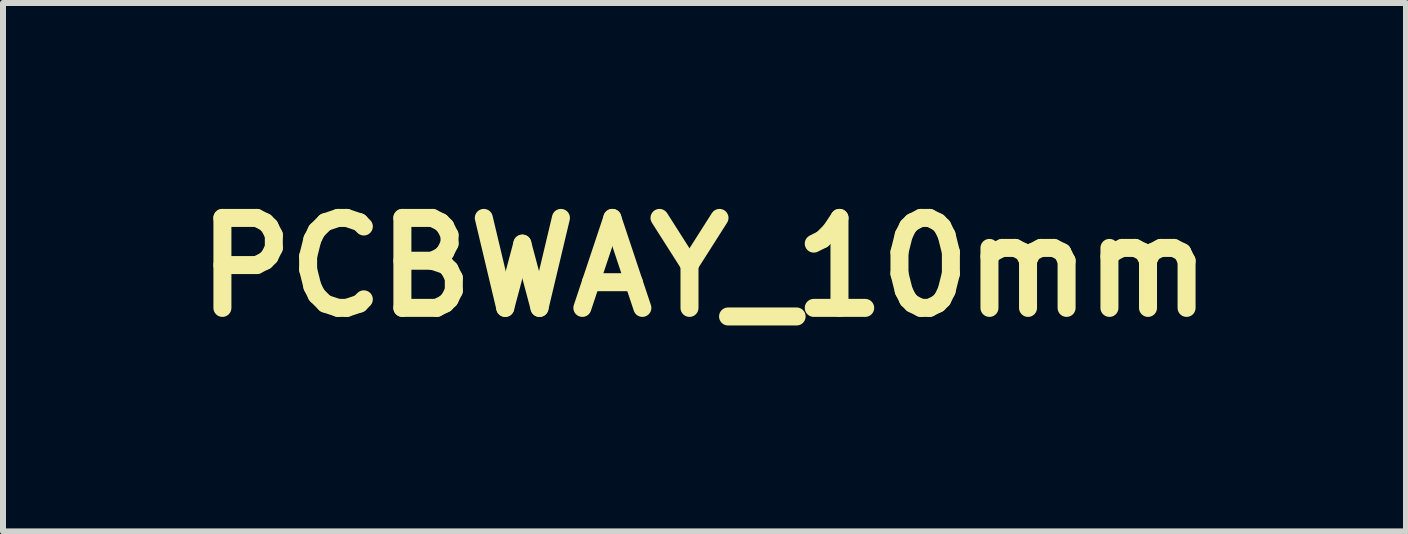
<source format=kicad_pcb>
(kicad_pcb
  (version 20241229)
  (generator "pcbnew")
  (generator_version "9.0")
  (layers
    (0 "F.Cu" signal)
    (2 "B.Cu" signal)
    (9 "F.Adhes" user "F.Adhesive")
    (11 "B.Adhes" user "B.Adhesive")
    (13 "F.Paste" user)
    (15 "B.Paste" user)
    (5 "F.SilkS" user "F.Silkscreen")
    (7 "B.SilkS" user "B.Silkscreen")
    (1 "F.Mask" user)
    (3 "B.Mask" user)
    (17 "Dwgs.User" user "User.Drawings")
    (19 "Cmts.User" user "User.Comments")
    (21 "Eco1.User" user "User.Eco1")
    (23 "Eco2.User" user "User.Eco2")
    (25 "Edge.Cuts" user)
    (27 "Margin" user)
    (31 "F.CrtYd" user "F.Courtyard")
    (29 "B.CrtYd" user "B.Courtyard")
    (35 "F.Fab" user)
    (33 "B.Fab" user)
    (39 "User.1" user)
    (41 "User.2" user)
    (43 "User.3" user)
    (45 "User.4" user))
  (footprint "PCBWAY_10mm"
    (layer "F.Cu")
    (at 8.693 1.404)
    (property "Reference" "PCBWAY_10mm" (at 0 0 0) (layer "F.SilkS") (effects (font (size 1.5 1.5) (thickness 0.3))))
    (attr board_only exclude_from_pos_files exclude_from_bom)
    (fp_poly (pts (xy -3.879 -1.163) (xy -3.74 -1.161) (xy -3.63 -1.159) (xy -3.545 -1.156) (xy -3.481 -1.152) (xy -3.433 -1.147) (xy -3.398 -1.141) (xy -3.371 -1.133) (xy -3.359 -1.128) (xy -3.265 -1.075) (xy -3.194 -1.008) (xy -3.137 -0.918) (xy -3.135 -0.914) (xy -3.108 -0.856) (xy -3.093 -0.807) (xy -3.085 -0.752) (xy -3.083 -0.679) (xy -3.083 -0.673) (xy -3.094 -0.538) (xy -3.126 -0.427) (xy -3.183 -0.335) (xy -3.265 -0.261) (xy -3.345 -0.214) (xy -3.387 -0.194) (xy -3.424 -0.179) (xy -3.462 -0.169) (xy -3.508 -0.162) (xy -3.569 -0.157) (xy -3.652 -0.153) (xy -3.72 -0.151) (xy -3.986 -0.142) (xy -3.989 0.158) (xy -3.992 0.458) (xy -4.15 0.463) (xy -4.22 0.465) (xy -4.277 0.463) (xy -4.313 0.459) (xy -4.321 0.457) (xy -4.324 0.438) (xy -4.326 0.389) (xy -4.328 0.314) (xy -4.33 0.215) (xy -4.331 0.096) (xy -4.332 -0.041) (xy -4.333 -0.19) (xy -4.333 -0.351) (xy -4.333 -0.363) (xy -4.333 -0.883) (xy -3.983 -0.883) (xy -3.983 -0.656) (xy -3.983 -0.429) (xy -3.796 -0.437) (xy -3.686 -0.443) (xy -3.606 -0.455) (xy -3.553 -0.471) (xy -3.549 -0.472) (xy -3.486 -0.518) (xy -3.447 -0.58) (xy -3.431 -0.649) (xy -3.439 -0.72) (xy -3.469 -0.785) (xy -3.522 -0.836) (xy -3.58 -0.864) (xy -3.625 -0.872) (xy -3.693 -0.879) (xy -3.772 -0.883) (xy -3.814 -0.883) (xy -3.983 -0.883) (xy -4.333 -0.883) (xy -4.333 -1.169)) (stroke (width 0) (type solid)) (fill yes) (layer "F.Mask"))
    (fp_poly (pts (xy -2.126 -1.146) (xy -2.032 -1.135) (xy -1.986 -1.126) (xy -1.831 -1.069) (xy -1.694 -0.987) (xy -1.629 -0.932) (xy -1.542 -0.85) (xy -1.642 -0.758) (xy -1.69 -0.716) (xy -1.729 -0.684) (xy -1.753 -0.668) (xy -1.756 -0.667) (xy -1.776 -0.677) (xy -1.811 -0.703) (xy -1.83 -0.719) (xy -1.88 -0.756) (xy -1.944 -0.795) (xy -1.983 -0.815) (xy -2.077 -0.846) (xy -2.185 -0.86) (xy -2.294 -0.858) (xy -2.392 -0.838) (xy -2.434 -0.821) (xy -2.513 -0.771) (xy -2.588 -0.705) (xy -2.649 -0.631) (xy -2.689 -0.56) (xy -2.691 -0.553) (xy -2.71 -0.467) (xy -2.716 -0.366) (xy -2.709 -0.264) (xy -2.691 -0.18) (xy -2.64 -0.078) (xy -2.565 0.006) (xy -2.473 0.069) (xy -2.367 0.111) (xy -2.252 0.13) (xy -2.134 0.126) (xy -2.018 0.098) (xy -1.908 0.044) (xy -1.859 0.008) (xy -1.812 -0.029) (xy -1.774 -0.056) (xy -1.754 -0.067) (xy -1.754 -0.067) (xy -1.737 -0.056) (xy -1.703 -0.026) (xy -1.659 0.016) (xy -1.65 0.025) (xy -1.605 0.073) (xy -1.58 0.108) (xy -1.576 0.138) (xy -1.596 0.17) (xy -1.64 0.209) (xy -1.696 0.253) (xy -1.787 0.316) (xy -1.875 0.36) (xy -1.97 0.389) (xy -2.079 0.405) (xy -2.183 0.41) (xy -2.311 0.41) (xy -2.408 0.402) (xy -2.455 0.393) (xy -2.603 0.334) (xy -2.733 0.251) (xy -2.843 0.145) (xy -2.928 0.021) (xy -2.987 -0.118) (xy -3 -0.168) (xy -3.015 -0.286) (xy -3.014 -0.416) (xy -2.998 -0.547) (xy -2.968 -0.664) (xy -2.958 -0.691) (xy -2.894 -0.807) (xy -2.803 -0.914) (xy -2.691 -1.006) (xy -2.566 -1.079) (xy -2.433 -1.128) (xy -2.417 -1.132) (xy -2.333 -1.144) (xy -2.232 -1.149)) (stroke (width 0) (type solid)) (fill yes) (layer "F.Mask"))
    (fp_poly (pts (xy 2.689 -0.817) (xy 2.827 -0.797) (xy 2.936 -0.766) (xy 3.021 -0.722) (xy 3.086 -0.665) (xy 3.135 -0.59) (xy 3.137 -0.586) (xy 3.148 -0.563) (xy 3.156 -0.539) (xy 3.163 -0.512) (xy 3.168 -0.477) (xy 3.171 -0.43) (xy 3.173 -0.366) (xy 3.174 -0.281) (xy 3.175 -0.172) (xy 3.175 -0.034) (xy 3.175 -0.025) (xy 3.175 0.458) (xy 2.979 0.463) (xy 2.783 0.468) (xy 2.783 0.409) (xy 2.781 0.37) (xy 2.775 0.351) (xy 2.774 0.35) (xy 2.756 0.359) (xy 2.723 0.382) (xy 2.71 0.391) (xy 2.634 0.44) (xy 2.554 0.469) (xy 2.458 0.482) (xy 2.405 0.483) (xy 2.324 0.48) (xy 2.264 0.47) (xy 2.212 0.451) (xy 2.202 0.446) (xy 2.119 0.386) (xy 2.056 0.305) (xy 2.017 0.211) (xy 2 0.11) (xy 2.005 0.053) (xy 2.403 0.053) (xy 2.406 0.103) (xy 2.431 0.157) (xy 2.479 0.193) (xy 2.543 0.21) (xy 2.616 0.208) (xy 2.693 0.184) (xy 2.727 0.165) (xy 2.756 0.146) (xy 2.772 0.127) (xy 2.781 0.1) (xy 2.783 0.054) (xy 2.783 0.005) (xy 2.783 -0.121) (xy 2.671 -0.109) (xy 2.559 -0.089) (xy 2.477 -0.056) (xy 2.425 -0.008) (xy 2.403 0.053) (xy 2.005 0.053) (xy 2.008 0.007) (xy 2.042 -0.09) (xy 2.097 -0.17) (xy 2.158 -0.224) (xy 2.235 -0.268) (xy 2.333 -0.304) (xy 2.455 -0.331) (xy 2.605 -0.352) (xy 2.663 -0.358) (xy 2.721 -0.366) (xy 2.764 -0.376) (xy 2.783 -0.385) (xy 2.783 -0.387) (xy 2.77 -0.427) (xy 2.738 -0.471) (xy 2.696 -0.506) (xy 2.673 -0.517) (xy 2.582 -0.535) (xy 2.474 -0.535) (xy 2.359 -0.519) (xy 2.262 -0.494) (xy 2.2 -0.473) (xy 2.15 -0.458) (xy 2.12 -0.45) (xy 2.116 -0.45) (xy 2.109 -0.466) (xy 2.103 -0.509) (xy 2.1 -0.573) (xy 2.1 -0.607) (xy 2.1 -0.764) (xy 2.188 -0.782) (xy 2.373 -0.813) (xy 2.541 -0.824)) (stroke (width 0) (type solid)) (fill yes) (layer "F.Mask"))
    (fp_poly (pts (xy -1.051 -1.184) (xy -0.907 -1.183) (xy -0.792 -1.181) (xy -0.702 -1.177) (xy -0.634 -1.173) (xy -0.582 -1.166) (xy -0.543 -1.158) (xy -0.539 -1.157) (xy -0.432 -1.112) (xy -0.352 -1.048) (xy -0.298 -0.964) (xy -0.271 -0.86) (xy -0.268 -0.807) (xy -0.278 -0.703) (xy -0.311 -0.61) (xy -0.362 -0.534) (xy -0.425 -0.483) (xy -0.458 -0.46) (xy -0.465 -0.442) (xy -0.443 -0.433) (xy -0.439 -0.433) (xy -0.41 -0.425) (xy -0.366 -0.403) (xy -0.328 -0.38) (xy -0.27 -0.336) (xy -0.229 -0.288) (xy -0.203 -0.227) (xy -0.189 -0.149) (xy -0.184 -0.045) (xy -0.184 -0.024) (xy -0.184 0.054) (xy -0.187 0.108) (xy -0.195 0.147) (xy -0.209 0.181) (xy -0.231 0.218) (xy -0.232 0.221) (xy -0.295 0.297) (xy -0.38 0.361) (xy -0.491 0.416) (xy -0.502 0.42) (xy -0.532 0.431) (xy -0.563 0.44) (xy -0.6 0.446) (xy -0.647 0.451) (xy -0.709 0.455) (xy -0.791 0.458) (xy -0.897 0.461) (xy -1.032 0.463) (xy -1.038 0.463) (xy -1.484 0.47) (xy -1.48 -0.25) (xy -1.067 -0.25) (xy -1.067 -0.048) (xy -1.067 0.154) (xy -0.904 0.147) (xy -0.797 0.139) (xy -0.722 0.124) (xy -0.688 0.111) (xy -0.635 0.072) (xy -0.606 0.02) (xy -0.597 -0.054) (xy -0.597 -0.064) (xy -0.608 -0.131) (xy -0.638 -0.181) (xy -0.691 -0.217) (xy -0.768 -0.239) (xy -0.874 -0.249) (xy -0.929 -0.25) (xy -1.067 -0.25) (xy -1.48 -0.25) (xy -1.479 -0.358) (xy -1.478 -0.639) (xy -1.065 -0.639) (xy -1.064 -0.592) (xy -1.06 -0.565) (xy -1.05 -0.553) (xy -1.035 -0.548) (xy -1.03 -0.547) (xy -0.982 -0.545) (xy -0.917 -0.547) (xy -0.851 -0.552) (xy -0.805 -0.559) (xy -0.753 -0.585) (xy -0.717 -0.633) (xy -0.699 -0.692) (xy -0.702 -0.755) (xy -0.728 -0.811) (xy -0.74 -0.824) (xy -0.793 -0.857) (xy -0.87 -0.877) (xy -0.963 -0.882) (xy -0.992 -0.88) (xy -1.058 -0.875) (xy -1.063 -0.714) (xy -1.065 -0.639) (xy -1.478 -0.639) (xy -1.475 -1.186)) (stroke (width 0) (type solid)) (fill yes) (layer "F.Mask"))
    (fp_poly (pts (xy 1.233 -0.98) (xy 1.257 -0.877) (xy 1.286 -0.755) (xy 1.315 -0.631) (xy 1.342 -0.517) (xy 1.344 -0.508) (xy 1.373 -0.387) (xy 1.395 -0.294) (xy 1.411 -0.227) (xy 1.423 -0.181) (xy 1.431 -0.153) (xy 1.437 -0.139) (xy 1.44 -0.135) (xy 1.441 -0.136) (xy 1.446 -0.153) (xy 1.456 -0.198) (xy 1.472 -0.268) (xy 1.492 -0.357) (xy 1.515 -0.462) (xy 1.54 -0.575) (xy 1.566 -0.696) (xy 1.591 -0.811) (xy 1.614 -0.915) (xy 1.633 -1.002) (xy 1.647 -1.067) (xy 1.655 -1.1) (xy 1.676 -1.192) (xy 1.874 -1.196) (xy 1.953 -1.197) (xy 2.019 -1.195) (xy 2.066 -1.192) (xy 2.087 -1.186) (xy 2.09 -1.164) (xy 2.084 -1.117) (xy 2.07 -1.054) (xy 2.068 -1.048) (xy 2.057 -1.004) (xy 2.038 -0.932) (xy 2.014 -0.837) (xy 1.985 -0.722) (xy 1.952 -0.593) (xy 1.916 -0.454) (xy 1.879 -0.309) (xy 1.875 -0.292) (xy 1.839 -0.149) (xy 1.805 -0.015) (xy 1.774 0.108) (xy 1.747 0.215) (xy 1.724 0.302) (xy 1.708 0.365) (xy 1.699 0.401) (xy 1.698 0.404) (xy 1.682 0.467) (xy 1.457 0.467) (xy 1.367 0.466) (xy 1.304 0.465) (xy 1.263 0.462) (xy 1.239 0.456) (xy 1.226 0.446) (xy 1.218 0.432) (xy 1.217 0.429) (xy 1.208 0.403) (xy 1.193 0.349) (xy 1.172 0.273) (xy 1.148 0.181) (xy 1.121 0.077) (xy 1.107 0.025) (xy 1.079 -0.087) (xy 1.051 -0.194) (xy 1.026 -0.289) (xy 1.005 -0.366) (xy 0.991 -0.42) (xy 0.987 -0.433) (xy 0.98 -0.461) (xy 0.974 -0.483) (xy 0.969 -0.498) (xy 0.963 -0.502) (xy 0.956 -0.492) (xy 0.946 -0.467) (xy 0.933 -0.424) (xy 0.916 -0.359) (xy 0.893 -0.27) (xy 0.864 -0.155) (xy 0.827 -0.011) (xy 0.82 0.017) (xy 0.708 0.458) (xy 0.479 0.463) (xy 0.381 0.464) (xy 0.313 0.463) (xy 0.27 0.459) (xy 0.248 0.452) (xy 0.242 0.446) (xy 0.236 0.424) (xy 0.224 0.375) (xy 0.206 0.305) (xy 0.184 0.22) (xy 0.167 0.15) (xy 0.145 0.062) (xy 0.116 -0.052) (xy 0.083 -0.184) (xy 0.046 -0.327) (xy 0.009 -0.474) (xy -0.028 -0.618) (xy -0.034 -0.643) (xy -0.067 -0.77) (xy -0.096 -0.886) (xy -0.121 -0.989) (xy -0.142 -1.074) (xy -0.157 -1.136) (xy -0.165 -1.173) (xy -0.167 -1.181) (xy -0.155 -1.189) (xy -0.117 -1.195) (xy -0.052 -1.199) (xy 0.044 -1.2) (xy 0.05 -1.2) (xy 0.138 -1.2) (xy 0.199 -1.198) (xy 0.237 -1.195) (xy 0.259 -1.189) (xy 0.269 -1.179) (xy 0.275 -1.164) (xy 0.275 -1.163) (xy 0.28 -1.137) (xy 0.292 -1.083) (xy 0.308 -1.006) (xy 0.328 -0.909) (xy 0.351 -0.797) (xy 0.376 -0.674) (xy 0.384 -0.634) (xy 0.409 -0.511) (xy 0.433 -0.399) (xy 0.453 -0.302) (xy 0.47 -0.223) (xy 0.482 -0.168) (xy 0.489 -0.14) (xy 0.49 -0.138) (xy 0.495 -0.152) (xy 0.507 -0.195) (xy 0.526 -0.262) (xy 0.549 -0.351) (xy 0.576 -0.458) (xy 0.607 -0.578) (xy 0.628 -0.662) (xy 0.76 -1.192) (xy 0.97 -1.196) (xy 1.18 -1.201)) (stroke (width 0) (type solid)) (fill yes) (layer "F.Mask"))
    (fp_poly (pts (xy 3.363 -0.787) (xy 3.456 -0.785) (xy 3.519 -0.78) (xy 3.556 -0.773) (xy 3.571 -0.763) (xy 3.579 -0.743) (xy 3.596 -0.697) (xy 3.619 -0.63) (xy 3.647 -0.549) (xy 3.678 -0.459) (xy 3.709 -0.365) (xy 3.74 -0.273) (xy 3.768 -0.189) (xy 3.792 -0.118) (xy 3.808 -0.066) (xy 3.817 -0.038) (xy 3.817 -0.035) (xy 3.822 -0.046) (xy 3.836 -0.086) (xy 3.857 -0.15) (xy 3.885 -0.235) (xy 3.917 -0.336) (xy 3.954 -0.451) (xy 3.993 -0.575) (xy 4.012 -0.637) (xy 4.058 -0.783) (xy 4.262 -0.783) (xy 4.34 -0.783) (xy 4.405 -0.781) (xy 4.449 -0.778) (xy 4.467 -0.775) (xy 4.467 -0.775) (xy 4.461 -0.757) (xy 4.446 -0.715) (xy 4.424 -0.656) (xy 4.411 -0.621) (xy 4.375 -0.527) (xy 4.334 -0.417) (xy 4.288 -0.297) (xy 4.241 -0.169) (xy 4.192 -0.037) (xy 4.143 0.096) (xy 4.096 0.225) (xy 4.051 0.346) (xy 4.011 0.457) (xy 3.977 0.553) (xy 3.949 0.632) (xy 3.929 0.688) (xy 3.92 0.718) (xy 3.919 0.723) (xy 3.936 0.726) (xy 3.982 0.732) (xy 4.051 0.741) (xy 4.138 0.752) (xy 4.238 0.764) (xy 4.263 0.767) (xy 4.364 0.779) (xy 4.454 0.792) (xy 4.526 0.803) (xy 4.576 0.812) (xy 4.599 0.819) (xy 4.6 0.82) (xy 4.594 0.833) (xy 4.574 0.842) (xy 4.535 0.847) (xy 4.475 0.847) (xy 4.39 0.843) (xy 4.275 0.836) (xy 4.252 0.835) (xy 4.153 0.828) (xy 4.064 0.821) (xy 3.991 0.816) (xy 3.939 0.812) (xy 3.917 0.811) (xy 3.886 0.816) (xy 3.868 0.842) (xy 3.861 0.863) (xy 3.845 0.917) (xy 3.631 0.917) (xy 3.551 0.916) (xy 3.484 0.914) (xy 3.438 0.912) (xy 3.417 0.908) (xy 3.417 0.908) (xy 3.423 0.888) (xy 3.437 0.85) (xy 3.442 0.839) (xy 3.457 0.799) (xy 3.463 0.776) (xy 3.462 0.773) (xy 3.443 0.769) (xy 3.394 0.762) (xy 3.32 0.755) (xy 3.225 0.746) (xy 3.113 0.736) (xy 2.988 0.726) (xy 2.854 0.716) (xy 2.733 0.708) (xy 2.285 0.686) (xy 1.81 0.676) (xy 1.31 0.678) (xy 0.788 0.693) (xy 0.248 0.72) (xy -0.308 0.759) (xy -0.875 0.81) (xy -1.452 0.873) (xy -1.542 0.884) (xy -1.848 0.922) (xy -2.142 0.961) (xy -2.43 1.002) (xy -2.72 1.046) (xy -3.02 1.094) (xy -3.338 1.148) (xy -3.633 1.2) (xy -3.815 1.232) (xy -3.98 1.262) (xy -4.125 1.289) (xy -4.247 1.311) (xy -4.344 1.33) (xy -4.411 1.343) (xy -4.43 1.347) (xy -4.48 1.355) (xy -4.5 1.349) (xy -4.5 1.346) (xy -4.497 1.322) (xy -4.49 1.275) (xy -4.48 1.222) (xy -4.467 1.162) (xy -4.453 1.127) (xy -4.435 1.11) (xy -4.426 1.108) (xy -4.367 1.096) (xy -4.28 1.079) (xy -4.168 1.059) (xy -4.036 1.037) (xy -3.889 1.012) (xy -3.73 0.986) (xy -3.565 0.96) (xy -3.397 0.934) (xy -3.231 0.908) (xy -3.071 0.884) (xy -2.922 0.862) (xy -2.787 0.843) (xy -2.717 0.834) (xy -2.058 0.752) (xy -1.422 0.686) (xy -0.802 0.635) (xy -0.192 0.599) (xy 0.415 0.578) (xy 1.024 0.57) (xy 1.356 0.572) (xy 1.619 0.575) (xy 1.854 0.579) (xy 2.067 0.584) (xy 2.263 0.591) (xy 2.449 0.599) (xy 2.63 0.609) (xy 2.811 0.622) (xy 2.998 0.636) (xy 3.197 0.654) (xy 3.233 0.657) (xy 3.323 0.665) (xy 3.4 0.67) (xy 3.459 0.672) (xy 3.495 0.672) (xy 3.502 0.67) (xy 3.512 0.65) (xy 3.531 0.607) (xy 3.554 0.55) (xy 3.557 0.541) (xy 3.602 0.424) (xy 3.477 0.091) (xy 3.431 -0.031) (xy 3.381 -0.164) (xy 3.331 -0.296) (xy 3.285 -0.418) (xy 3.251 -0.507) (xy 3.218 -0.594) (xy 3.191 -0.671) (xy 3.171 -0.731) (xy 3.16 -0.769) (xy 3.158 -0.781) (xy 3.177 -0.784) (xy 3.223 -0.786) (xy 3.288 -0.787)) (stroke (width 0) (type solid)) (fill yes) (layer "F.Mask")))
  (gr_rect
    (start -3 -3)
    (end 20.386 5.808)
    (stroke (width 0.1) (type default))
    (fill no)
    (layer "Edge.Cuts")))
</source>
